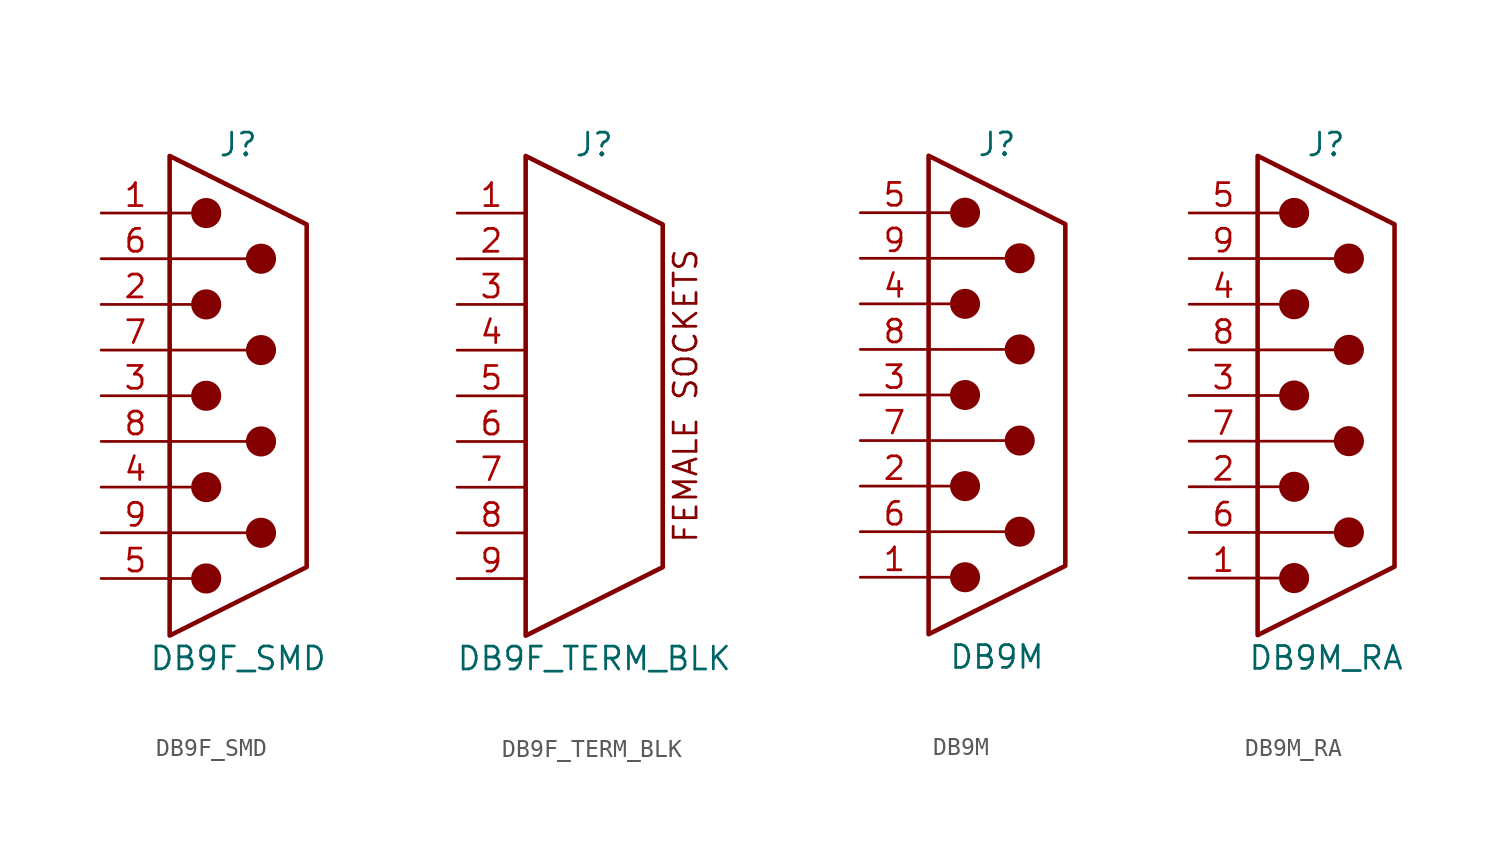
<source format=kicad_sym>
(kicad_symbol_lib
  (version 20211014)
  (generator kicad_symbol_editor)
  (symbol "DB9F_SMD"
    (pin_names
      (offset 1.016) hide)
    (property "Reference" "J"
      (at 0 13.97 0)
      (effects (font (size 1.27 1.27))))
    (property "Value" "DB9F_SMD"
      (at 0 -14.605 0)
      (effects (font (size 1.27 1.27))))
    (symbol "DB9F_SMD_0_1"
      (circle (center -1.778 -10.16) (radius 0.762) (stroke (width 0) (type default) (color 0 0 0 0)) (fill (type outline)))
      (circle (center -1.778 -5.08) (radius 0.762) (stroke (width 0) (type default) (color 0 0 0 0)) (fill (type outline)))
      (circle (center -1.778 0) (radius 0.762) (stroke (width 0) (type default) (color 0 0 0 0)) (fill (type outline)))
      (circle (center -1.778 5.08) (radius 0.762) (stroke (width 0) (type default) (color 0 0 0 0)) (fill (type outline)))
      (circle (center -1.778 10.16) (radius 0.762) (stroke (width 0) (type default) (color 0 0 0 0)) (fill (type outline)))
      (polyline (pts (xy -3.81 -10.16) (xy -2.54 -10.16)) (stroke (width 0) (type default) (color 0 0 0 0)) (fill (type none)))
      (polyline (pts (xy -3.81 -7.62) (xy 0.508 -7.62)) (stroke (width 0) (type default) (color 0 0 0 0)) (fill (type none)))
      (polyline (pts (xy -3.81 -5.08) (xy -2.54 -5.08)) (stroke (width 0) (type default) (color 0 0 0 0)) (fill (type none)))
      (polyline (pts (xy -3.81 -2.54) (xy 0.508 -2.54)) (stroke (width 0) (type default) (color 0 0 0 0)) (fill (type none)))
      (polyline (pts (xy -3.81 0) (xy -2.54 0)) (stroke (width 0) (type default) (color 0 0 0 0)) (fill (type none)))
      (polyline (pts (xy -3.81 2.54) (xy 0.508 2.54)) (stroke (width 0) (type default) (color 0 0 0 0)) (fill (type none)))
      (polyline (pts (xy -3.81 5.08) (xy -2.54 5.08)) (stroke (width 0) (type default) (color 0 0 0 0)) (fill (type none)))
      (polyline (pts (xy -3.81 7.62) (xy 0.508 7.62)) (stroke (width 0) (type default) (color 0 0 0 0)) (fill (type none)))
      (polyline (pts (xy -3.81 10.16) (xy -2.54 10.16)) (stroke (width 0) (type default) (color 0 0 0 0)) (fill (type none)))
      (polyline (pts (xy -3.81 -13.335) (xy -3.81 13.335) (xy 3.81 9.525) (xy 3.81 -9.525) (xy -3.81 -13.335)) (stroke (width 0.254) (type default) (color 0 0 0 0)) (fill (type none)))
      (circle (center 1.27 -7.62) (radius 0.762) (stroke (width 0) (type default) (color 0 0 0 0)) (fill (type outline)))
      (circle (center 1.27 -2.54) (radius 0.762) (stroke (width 0) (type default) (color 0 0 0 0)) (fill (type outline)))
      (circle (center 1.27 2.54) (radius 0.762) (stroke (width 0) (type default) (color 0 0 0 0)) (fill (type outline)))
      (circle (center 1.27 7.62) (radius 0.762) (stroke (width 0) (type default) (color 0 0 0 0)) (fill (type outline))))
    (symbol "DB9F_SMD_1_1"
      (pin passive line (at -7.62 10.16 0) (length 3.81) (name "1" (effects (font (size 1.27 1.27)))) (number "1" (effects (font (size 1.27 1.27)))))
      (pin passive line (at -7.62 5.08 0) (length 3.81) (name "2" (effects (font (size 1.27 1.27)))) (number "2" (effects (font (size 1.27 1.27)))))
      (pin passive line (at -7.62 0 0) (length 3.81) (name "3" (effects (font (size 1.27 1.27)))) (number "3" (effects (font (size 1.27 1.27)))))
      (pin passive line (at -7.62 -5.08 0) (length 3.81) (name "4" (effects (font (size 1.27 1.27)))) (number "4" (effects (font (size 1.27 1.27)))))
      (pin passive line (at -7.62 -10.16 0) (length 3.81) (name "5" (effects (font (size 1.27 1.27)))) (number "5" (effects (font (size 1.27 1.27)))))
      (pin passive line (at -7.62 7.62 0) (length 3.81) (name "6" (effects (font (size 1.27 1.27)))) (number "6" (effects (font (size 1.27 1.27)))))
      (pin passive line (at -7.62 2.54 0) (length 3.81) (name "7" (effects (font (size 1.27 1.27)))) (number "7" (effects (font (size 1.27 1.27)))))
      (pin passive line (at -7.62 -2.54 0) (length 3.81) (name "8" (effects (font (size 1.27 1.27)))) (number "8" (effects (font (size 1.27 1.27)))))
      (pin passive line (at -7.62 -7.62 0) (length 3.81) (name "9" (effects (font (size 1.27 1.27)))) (number "9" (effects (font (size 1.27 1.27)))))))
  (symbol "DB9F_TERM_BLK"
    (pin_names
      (offset 1.016) hide)
    (property "Reference" "J"
      (at 0 13.97 0)
      (effects (font (size 1.27 1.27))))
    (property "Value" "DB9F_TERM_BLK"
      (at 0 -14.605 0)
      (effects (font (size 1.27 1.27))))
    (symbol "DB9F_TERM_BLK_0_0"
      (text "FEMALE SOCKETS" (at 5.08 0 900) (effects (font (size 1.27 1.27)))))
    (symbol "DB9F_TERM_BLK_0_1"
      (polyline (pts (xy -3.81 -13.335) (xy -3.81 13.335) (xy 3.81 9.525) (xy 3.81 -9.525) (xy -3.81 -13.335)) (stroke (width 0.254) (type default) (color 0 0 0 0)) (fill (type none))))
    (symbol "DB9F_TERM_BLK_1_1"
      (pin passive line (at -7.62 10.16 0) (length 3.81) (name "1" (effects (font (size 1.27 1.27)))) (number "1" (effects (font (size 1.27 1.27)))))
      (pin passive line (at -7.62 7.62 0) (length 3.81) (name "2" (effects (font (size 1.27 1.27)))) (number "2" (effects (font (size 1.27 1.27)))))
      (pin passive line (at -7.62 5.08 0) (length 3.81) (name "3" (effects (font (size 1.27 1.27)))) (number "3" (effects (font (size 1.27 1.27)))))
      (pin passive line (at -7.62 2.54 0) (length 3.81) (name "4" (effects (font (size 1.27 1.27)))) (number "4" (effects (font (size 1.27 1.27)))))
      (pin passive line (at -7.62 0 0) (length 3.81) (name "5" (effects (font (size 1.27 1.27)))) (number "5" (effects (font (size 1.27 1.27)))))
      (pin passive line (at -7.62 -2.54 0) (length 3.81) (name "6" (effects (font (size 1.27 1.27)))) (number "6" (effects (font (size 1.27 1.27)))))
      (pin passive line (at -7.62 -5.08 0) (length 3.81) (name "7" (effects (font (size 1.27 1.27)))) (number "7" (effects (font (size 1.27 1.27)))))
      (pin passive line (at -7.62 -7.62 0) (length 3.81) (name "8" (effects (font (size 1.27 1.27)))) (number "8" (effects (font (size 1.27 1.27)))))
      (pin passive line (at -7.62 -10.16 0) (length 3.81) (name "9" (effects (font (size 1.27 1.27)))) (number "9" (effects (font (size 1.27 1.27)))))))
  (symbol "DB9M"
    (pin_names
      (offset 1.016) hide)
    (property "Reference" "J"
      (at 0 13.97 0)
      (effects (font (size 1.27 1.27))))
    (property "Value" "DB9M"
      (at 0 -14.605 0)
      (effects (font (size 1.27 1.27))))
    (symbol "DB9M_0_1"
      (circle (center -1.778 -10.16) (radius 0.762) (stroke (width 0) (type default) (color 0 0 0 0)) (fill (type outline)))
      (circle (center -1.778 -5.08) (radius 0.762) (stroke (width 0) (type default) (color 0 0 0 0)) (fill (type outline)))
      (circle (center -1.778 0) (radius 0.762) (stroke (width 0) (type default) (color 0 0 0 0)) (fill (type outline)))
      (circle (center -1.778 5.08) (radius 0.762) (stroke (width 0) (type default) (color 0 0 0 0)) (fill (type outline)))
      (circle (center -1.778 10.16) (radius 0.762) (stroke (width 0) (type default) (color 0 0 0 0)) (fill (type outline)))
      (polyline (pts (xy -3.81 -10.16) (xy -2.54 -10.16)) (stroke (width 0) (type default) (color 0 0 0 0)) (fill (type none)))
      (polyline (pts (xy -3.81 -7.62) (xy 0.508 -7.62)) (stroke (width 0) (type default) (color 0 0 0 0)) (fill (type none)))
      (polyline (pts (xy -3.81 -5.08) (xy -2.54 -5.08)) (stroke (width 0) (type default) (color 0 0 0 0)) (fill (type none)))
      (polyline (pts (xy -3.81 -2.54) (xy 0.508 -2.54)) (stroke (width 0) (type default) (color 0 0 0 0)) (fill (type none)))
      (polyline (pts (xy -3.81 0) (xy -2.54 0)) (stroke (width 0) (type default) (color 0 0 0 0)) (fill (type none)))
      (polyline (pts (xy -3.81 2.54) (xy 0.508 2.54)) (stroke (width 0) (type default) (color 0 0 0 0)) (fill (type none)))
      (polyline (pts (xy -3.81 5.08) (xy -2.54 5.08)) (stroke (width 0) (type default) (color 0 0 0 0)) (fill (type none)))
      (polyline (pts (xy -3.81 7.62) (xy 0.508 7.62)) (stroke (width 0) (type default) (color 0 0 0 0)) (fill (type none)))
      (polyline (pts (xy -3.81 10.16) (xy -2.54 10.16)) (stroke (width 0) (type default) (color 0 0 0 0)) (fill (type none)))
      (polyline (pts (xy -3.81 -13.335) (xy -3.81 13.335) (xy 3.81 9.525) (xy 3.81 -9.525) (xy -3.81 -13.335)) (stroke (width 0.254) (type default) (color 0 0 0 0)) (fill (type none)))
      (circle (center 1.27 -7.62) (radius 0.762) (stroke (width 0) (type default) (color 0 0 0 0)) (fill (type outline)))
      (circle (center 1.27 -2.54) (radius 0.762) (stroke (width 0) (type default) (color 0 0 0 0)) (fill (type outline)))
      (circle (center 1.27 2.54) (radius 0.762) (stroke (width 0) (type default) (color 0 0 0 0)) (fill (type outline)))
      (circle (center 1.27 7.62) (radius 0.762) (stroke (width 0) (type default) (color 0 0 0 0)) (fill (type outline))))
    (symbol "DB9M_1_1"
      (pin passive line (at -7.62 -10.16 0) (length 3.81) (name "1" (effects (font (size 1.27 1.27)))) (number "1" (effects (font (size 1.27 1.27)))))
      (pin passive line (at -7.62 -5.08 0) (length 3.81) (name "2" (effects (font (size 1.27 1.27)))) (number "2" (effects (font (size 1.27 1.27)))))
      (pin passive line (at -7.62 0 0) (length 3.81) (name "3" (effects (font (size 1.27 1.27)))) (number "3" (effects (font (size 1.27 1.27)))))
      (pin passive line (at -7.62 5.08 0) (length 3.81) (name "4" (effects (font (size 1.27 1.27)))) (number "4" (effects (font (size 1.27 1.27)))))
      (pin passive line (at -7.62 10.16 0) (length 3.81) (name "5" (effects (font (size 1.27 1.27)))) (number "5" (effects (font (size 1.27 1.27)))))
      (pin passive line (at -7.62 -7.62 0) (length 3.81) (name "6" (effects (font (size 1.27 1.27)))) (number "6" (effects (font (size 1.27 1.27)))))
      (pin passive line (at -7.62 -2.54 0) (length 3.81) (name "7" (effects (font (size 1.27 1.27)))) (number "7" (effects (font (size 1.27 1.27)))))
      (pin passive line (at -7.62 2.54 0) (length 3.81) (name "8" (effects (font (size 1.27 1.27)))) (number "8" (effects (font (size 1.27 1.27)))))
      (pin passive line (at -7.62 7.62 0) (length 3.81) (name "9" (effects (font (size 1.27 1.27)))) (number "9" (effects (font (size 1.27 1.27)))))))
  (symbol "DB9M_RA"
    (pin_names
      (offset 1.016) hide)
    (property "Reference" "J"
      (at 0 13.97 0)
      (effects (font (size 1.27 1.27))))
    (property "Value" "DB9M_RA"
      (at 0 -14.605 0)
      (effects (font (size 1.27 1.27))))
    (symbol "DB9M_RA_0_1"
      (circle (center -1.778 -10.16) (radius 0.762) (stroke (width 0) (type default) (color 0 0 0 0)) (fill (type outline)))
      (circle (center -1.778 -5.08) (radius 0.762) (stroke (width 0) (type default) (color 0 0 0 0)) (fill (type outline)))
      (circle (center -1.778 0) (radius 0.762) (stroke (width 0) (type default) (color 0 0 0 0)) (fill (type outline)))
      (circle (center -1.778 5.08) (radius 0.762) (stroke (width 0) (type default) (color 0 0 0 0)) (fill (type outline)))
      (circle (center -1.778 10.16) (radius 0.762) (stroke (width 0) (type default) (color 0 0 0 0)) (fill (type outline)))
      (polyline (pts (xy -3.81 -10.16) (xy -2.54 -10.16)) (stroke (width 0) (type default) (color 0 0 0 0)) (fill (type none)))
      (polyline (pts (xy -3.81 -7.62) (xy 0.508 -7.62)) (stroke (width 0) (type default) (color 0 0 0 0)) (fill (type none)))
      (polyline (pts (xy -3.81 -5.08) (xy -2.54 -5.08)) (stroke (width 0) (type default) (color 0 0 0 0)) (fill (type none)))
      (polyline (pts (xy -3.81 -2.54) (xy 0.508 -2.54)) (stroke (width 0) (type default) (color 0 0 0 0)) (fill (type none)))
      (polyline (pts (xy -3.81 0) (xy -2.54 0)) (stroke (width 0) (type default) (color 0 0 0 0)) (fill (type none)))
      (polyline (pts (xy -3.81 2.54) (xy 0.508 2.54)) (stroke (width 0) (type default) (color 0 0 0 0)) (fill (type none)))
      (polyline (pts (xy -3.81 5.08) (xy -2.54 5.08)) (stroke (width 0) (type default) (color 0 0 0 0)) (fill (type none)))
      (polyline (pts (xy -3.81 7.62) (xy 0.508 7.62)) (stroke (width 0) (type default) (color 0 0 0 0)) (fill (type none)))
      (polyline (pts (xy -3.81 10.16) (xy -2.54 10.16)) (stroke (width 0) (type default) (color 0 0 0 0)) (fill (type none)))
      (polyline (pts (xy -3.81 -13.335) (xy -3.81 13.335) (xy 3.81 9.525) (xy 3.81 -9.525) (xy -3.81 -13.335)) (stroke (width 0.254) (type default) (color 0 0 0 0)) (fill (type none)))
      (circle (center 1.27 -7.62) (radius 0.762) (stroke (width 0) (type default) (color 0 0 0 0)) (fill (type outline)))
      (circle (center 1.27 -2.54) (radius 0.762) (stroke (width 0) (type default) (color 0 0 0 0)) (fill (type outline)))
      (circle (center 1.27 2.54) (radius 0.762) (stroke (width 0) (type default) (color 0 0 0 0)) (fill (type outline)))
      (circle (center 1.27 7.62) (radius 0.762) (stroke (width 0) (type default) (color 0 0 0 0)) (fill (type outline))))
    (symbol "DB9M_RA_1_1"
      (pin passive line (at -7.62 -10.16 0) (length 3.81) (name "1" (effects (font (size 1.27 1.27)))) (number "1" (effects (font (size 1.27 1.27)))))
      (pin passive line (at -7.62 -5.08 0) (length 3.81) (name "2" (effects (font (size 1.27 1.27)))) (number "2" (effects (font (size 1.27 1.27)))))
      (pin passive line (at -7.62 0 0) (length 3.81) (name "3" (effects (font (size 1.27 1.27)))) (number "3" (effects (font (size 1.27 1.27)))))
      (pin passive line (at -7.62 5.08 0) (length 3.81) (name "4" (effects (font (size 1.27 1.27)))) (number "4" (effects (font (size 1.27 1.27)))))
      (pin passive line (at -7.62 10.16 0) (length 3.81) (name "5" (effects (font (size 1.27 1.27)))) (number "5" (effects (font (size 1.27 1.27)))))
      (pin passive line (at -7.62 -7.62 0) (length 3.81) (name "6" (effects (font (size 1.27 1.27)))) (number "6" (effects (font (size 1.27 1.27)))))
      (pin passive line (at -7.62 -2.54 0) (length 3.81) (name "7" (effects (font (size 1.27 1.27)))) (number "7" (effects (font (size 1.27 1.27)))))
      (pin passive line (at -7.62 2.54 0) (length 3.81) (name "8" (effects (font (size 1.27 1.27)))) (number "8" (effects (font (size 1.27 1.27)))))
      (pin passive line (at -7.62 7.62 0) (length 3.81) (name "9" (effects (font (size 1.27 1.27)))) (number "9" (effects (font (size 1.27 1.27))))))))
</source>
